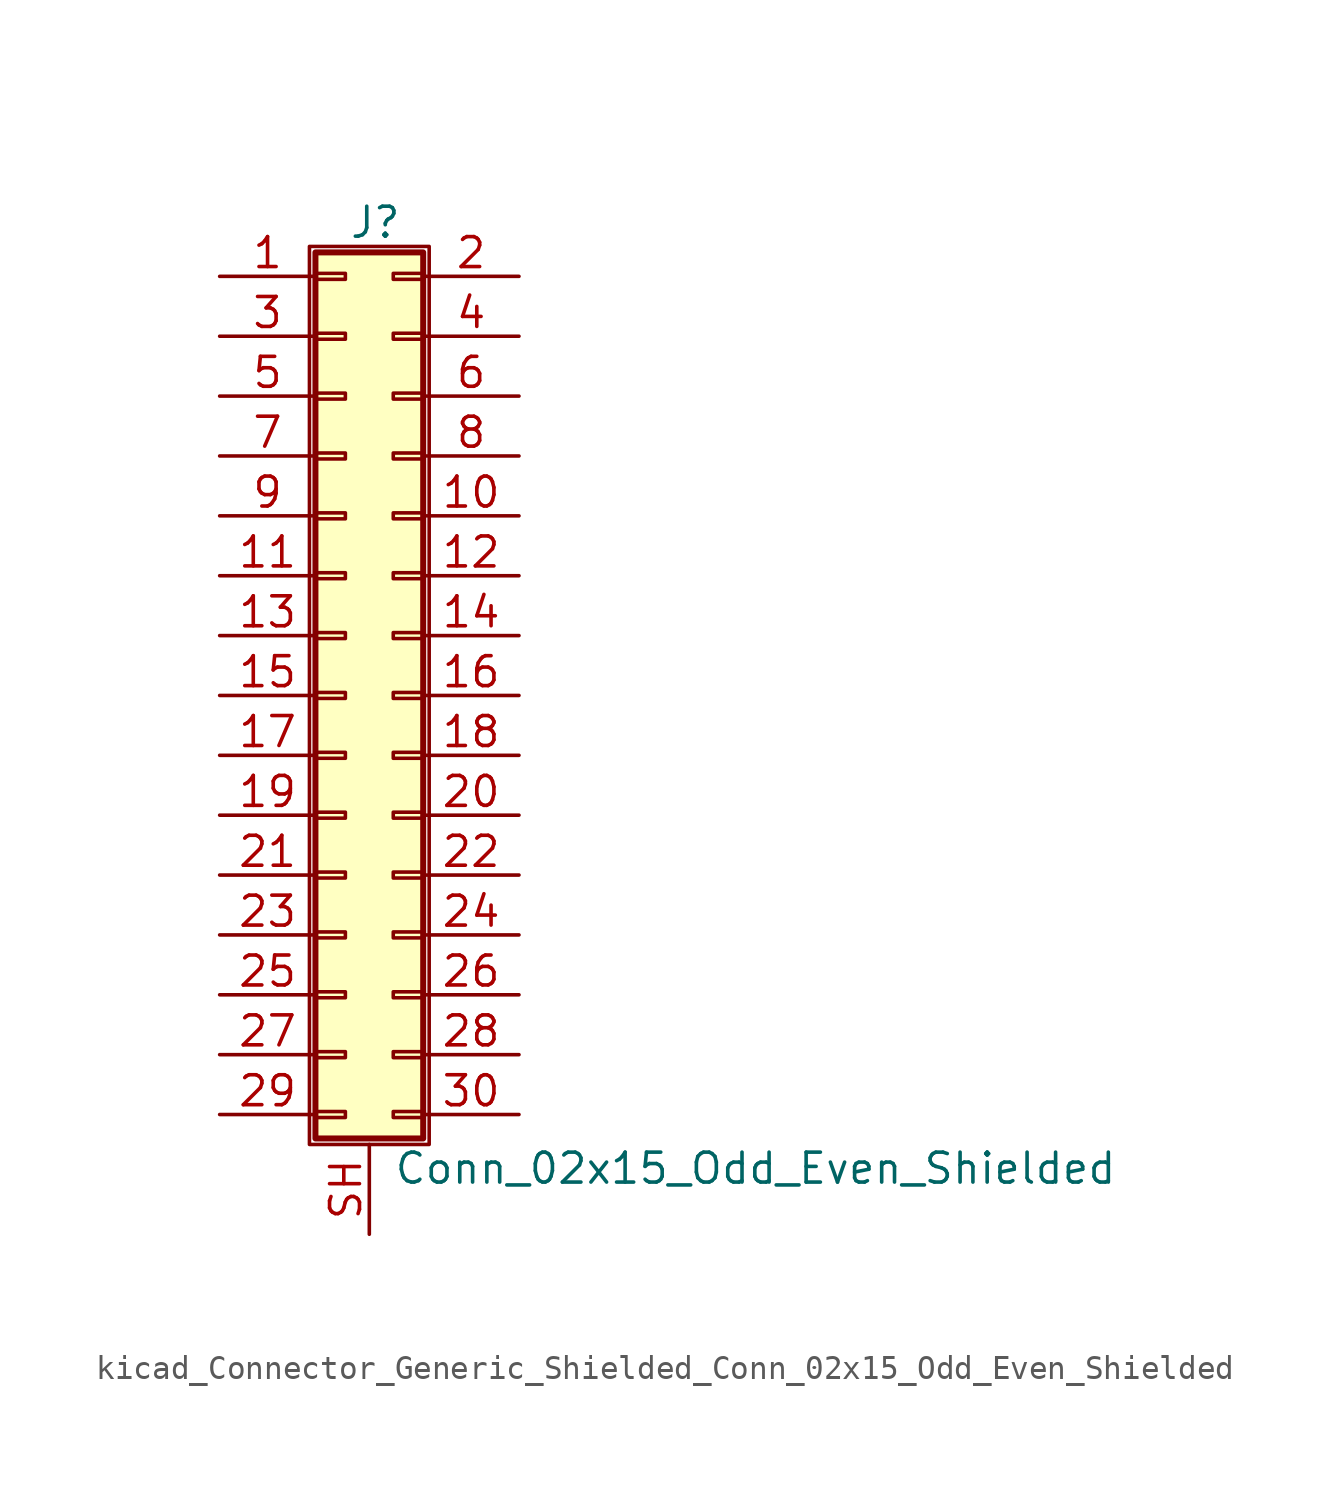
<source format=kicad_sym>
(kicad_symbol_lib
  (version 20220914)
  (generator kicad_symbol_editor)
  (symbol "kicad_Connector_Generic_Shielded_Conn_02x15_Odd_Even_Shielded"
    (pin_names
      (offset 1.016) hide)
    (property "Reference" "J"
      (at 1.524 20.066 0)
      (effects (font (size 1.27 1.27))))
    (property "Value" "Conn_02x15_Odd_Even_Shielded"
      (at 2.286 -20.066 0)
      (effects (font (size 1.27 1.27)) (justify left)))
    (symbol "kicad_Connector_Generic_Shielded_Conn_02x15_Odd_Even_Shielded_1_1"
      (rectangle (start -1.27 19.05) (end 3.81 -19.05) (stroke (width 0.152) (type default)) (fill (type none)))
      (rectangle (start -1.016 -17.653) (end 0.254 -17.907) (stroke (width 0.152) (type default)) (fill (type none)))
      (rectangle (start -1.016 -15.113) (end 0.254 -15.367) (stroke (width 0.152) (type default)) (fill (type none)))
      (rectangle (start -1.016 -12.573) (end 0.254 -12.827) (stroke (width 0.152) (type default)) (fill (type none)))
      (rectangle (start -1.016 -10.033) (end 0.254 -10.287) (stroke (width 0.152) (type default)) (fill (type none)))
      (rectangle (start -1.016 -7.493) (end 0.254 -7.747) (stroke (width 0.152) (type default)) (fill (type none)))
      (rectangle (start -1.016 -4.953) (end 0.254 -5.207) (stroke (width 0.152) (type default)) (fill (type none)))
      (rectangle (start -1.016 -2.413) (end 0.254 -2.667) (stroke (width 0.152) (type default)) (fill (type none)))
      (rectangle (start -1.016 0.127) (end 0.254 -0.127) (stroke (width 0.152) (type default)) (fill (type none)))
      (rectangle (start -1.016 2.667) (end 0.254 2.413) (stroke (width 0.152) (type default)) (fill (type none)))
      (rectangle (start -1.016 5.207) (end 0.254 4.953) (stroke (width 0.152) (type default)) (fill (type none)))
      (rectangle (start -1.016 7.747) (end 0.254 7.493) (stroke (width 0.152) (type default)) (fill (type none)))
      (rectangle (start -1.016 10.287) (end 0.254 10.033) (stroke (width 0.152) (type default)) (fill (type none)))
      (rectangle (start -1.016 12.827) (end 0.254 12.573) (stroke (width 0.152) (type default)) (fill (type none)))
      (rectangle (start -1.016 15.367) (end 0.254 15.113) (stroke (width 0.152) (type default)) (fill (type none)))
      (rectangle (start -1.016 17.907) (end 0.254 17.653) (stroke (width 0.152) (type default)) (fill (type none)))
      (rectangle (start -1.016 18.796) (end 3.556 -18.796) (stroke (width 0.254) (type default)) (fill (type background)))
      (rectangle (start 3.556 -17.653) (end 2.286 -17.907) (stroke (width 0.152) (type default)) (fill (type none)))
      (rectangle (start 3.556 -15.113) (end 2.286 -15.367) (stroke (width 0.152) (type default)) (fill (type none)))
      (rectangle (start 3.556 -12.573) (end 2.286 -12.827) (stroke (width 0.152) (type default)) (fill (type none)))
      (rectangle (start 3.556 -10.033) (end 2.286 -10.287) (stroke (width 0.152) (type default)) (fill (type none)))
      (rectangle (start 3.556 -7.493) (end 2.286 -7.747) (stroke (width 0.152) (type default)) (fill (type none)))
      (rectangle (start 3.556 -4.953) (end 2.286 -5.207) (stroke (width 0.152) (type default)) (fill (type none)))
      (rectangle (start 3.556 -2.413) (end 2.286 -2.667) (stroke (width 0.152) (type default)) (fill (type none)))
      (rectangle (start 3.556 0.127) (end 2.286 -0.127) (stroke (width 0.152) (type default)) (fill (type none)))
      (rectangle (start 3.556 2.667) (end 2.286 2.413) (stroke (width 0.152) (type default)) (fill (type none)))
      (rectangle (start 3.556 5.207) (end 2.286 4.953) (stroke (width 0.152) (type default)) (fill (type none)))
      (rectangle (start 3.556 7.747) (end 2.286 7.493) (stroke (width 0.152) (type default)) (fill (type none)))
      (rectangle (start 3.556 10.287) (end 2.286 10.033) (stroke (width 0.152) (type default)) (fill (type none)))
      (rectangle (start 3.556 12.827) (end 2.286 12.573) (stroke (width 0.152) (type default)) (fill (type none)))
      (rectangle (start 3.556 15.367) (end 2.286 15.113) (stroke (width 0.152) (type default)) (fill (type none)))
      (rectangle (start 3.556 17.907) (end 2.286 17.653) (stroke (width 0.152) (type default)) (fill (type none)))
      (pin passive line (at -5.08 17.78 0) (length 4.064) (name "Pin_1" (effects (font (size 1.27 1.27)))) (number "1" (effects (font (size 1.27 1.27)))))
      (pin passive line (at 7.62 7.62 180) (length 4.064) (name "Pin_10" (effects (font (size 1.27 1.27)))) (number "10" (effects (font (size 1.27 1.27)))))
      (pin passive line (at -5.08 5.08 0) (length 4.064) (name "Pin_11" (effects (font (size 1.27 1.27)))) (number "11" (effects (font (size 1.27 1.27)))))
      (pin passive line (at 7.62 5.08 180) (length 4.064) (name "Pin_12" (effects (font (size 1.27 1.27)))) (number "12" (effects (font (size 1.27 1.27)))))
      (pin passive line (at -5.08 2.54 0) (length 4.064) (name "Pin_13" (effects (font (size 1.27 1.27)))) (number "13" (effects (font (size 1.27 1.27)))))
      (pin passive line (at 7.62 2.54 180) (length 4.064) (name "Pin_14" (effects (font (size 1.27 1.27)))) (number "14" (effects (font (size 1.27 1.27)))))
      (pin passive line (at -5.08 0 0) (length 4.064) (name "Pin_15" (effects (font (size 1.27 1.27)))) (number "15" (effects (font (size 1.27 1.27)))))
      (pin passive line (at 7.62 0 180) (length 4.064) (name "Pin_16" (effects (font (size 1.27 1.27)))) (number "16" (effects (font (size 1.27 1.27)))))
      (pin passive line (at -5.08 -2.54 0) (length 4.064) (name "Pin_17" (effects (font (size 1.27 1.27)))) (number "17" (effects (font (size 1.27 1.27)))))
      (pin passive line (at 7.62 -2.54 180) (length 4.064) (name "Pin_18" (effects (font (size 1.27 1.27)))) (number "18" (effects (font (size 1.27 1.27)))))
      (pin passive line (at -5.08 -5.08 0) (length 4.064) (name "Pin_19" (effects (font (size 1.27 1.27)))) (number "19" (effects (font (size 1.27 1.27)))))
      (pin passive line (at 7.62 17.78 180) (length 4.064) (name "Pin_2" (effects (font (size 1.27 1.27)))) (number "2" (effects (font (size 1.27 1.27)))))
      (pin passive line (at 7.62 -5.08 180) (length 4.064) (name "Pin_20" (effects (font (size 1.27 1.27)))) (number "20" (effects (font (size 1.27 1.27)))))
      (pin passive line (at -5.08 -7.62 0) (length 4.064) (name "Pin_21" (effects (font (size 1.27 1.27)))) (number "21" (effects (font (size 1.27 1.27)))))
      (pin passive line (at 7.62 -7.62 180) (length 4.064) (name "Pin_22" (effects (font (size 1.27 1.27)))) (number "22" (effects (font (size 1.27 1.27)))))
      (pin passive line (at -5.08 -10.16 0) (length 4.064) (name "Pin_23" (effects (font (size 1.27 1.27)))) (number "23" (effects (font (size 1.27 1.27)))))
      (pin passive line (at 7.62 -10.16 180) (length 4.064) (name "Pin_24" (effects (font (size 1.27 1.27)))) (number "24" (effects (font (size 1.27 1.27)))))
      (pin passive line (at -5.08 -12.7 0) (length 4.064) (name "Pin_25" (effects (font (size 1.27 1.27)))) (number "25" (effects (font (size 1.27 1.27)))))
      (pin passive line (at 7.62 -12.7 180) (length 4.064) (name "Pin_26" (effects (font (size 1.27 1.27)))) (number "26" (effects (font (size 1.27 1.27)))))
      (pin passive line (at -5.08 -15.24 0) (length 4.064) (name "Pin_27" (effects (font (size 1.27 1.27)))) (number "27" (effects (font (size 1.27 1.27)))))
      (pin passive line (at 7.62 -15.24 180) (length 4.064) (name "Pin_28" (effects (font (size 1.27 1.27)))) (number "28" (effects (font (size 1.27 1.27)))))
      (pin passive line (at -5.08 -17.78 0) (length 4.064) (name "Pin_29" (effects (font (size 1.27 1.27)))) (number "29" (effects (font (size 1.27 1.27)))))
      (pin passive line (at -5.08 15.24 0) (length 4.064) (name "Pin_3" (effects (font (size 1.27 1.27)))) (number "3" (effects (font (size 1.27 1.27)))))
      (pin passive line (at 7.62 -17.78 180) (length 4.064) (name "Pin_30" (effects (font (size 1.27 1.27)))) (number "30" (effects (font (size 1.27 1.27)))))
      (pin passive line (at 7.62 15.24 180) (length 4.064) (name "Pin_4" (effects (font (size 1.27 1.27)))) (number "4" (effects (font (size 1.27 1.27)))))
      (pin passive line (at -5.08 12.7 0) (length 4.064) (name "Pin_5" (effects (font (size 1.27 1.27)))) (number "5" (effects (font (size 1.27 1.27)))))
      (pin passive line (at 7.62 12.7 180) (length 4.064) (name "Pin_6" (effects (font (size 1.27 1.27)))) (number "6" (effects (font (size 1.27 1.27)))))
      (pin passive line (at -5.08 10.16 0) (length 4.064) (name "Pin_7" (effects (font (size 1.27 1.27)))) (number "7" (effects (font (size 1.27 1.27)))))
      (pin passive line (at 7.62 10.16 180) (length 4.064) (name "Pin_8" (effects (font (size 1.27 1.27)))) (number "8" (effects (font (size 1.27 1.27)))))
      (pin passive line (at -5.08 7.62 0) (length 4.064) (name "Pin_9" (effects (font (size 1.27 1.27)))) (number "9" (effects (font (size 1.27 1.27)))))
      (pin passive line (at 1.27 -22.86 90) (length 3.81) (name "Shield" (effects (font (size 1.27 1.27)))) (number "SH" (effects (font (size 1.27 1.27))))))))
</source>
